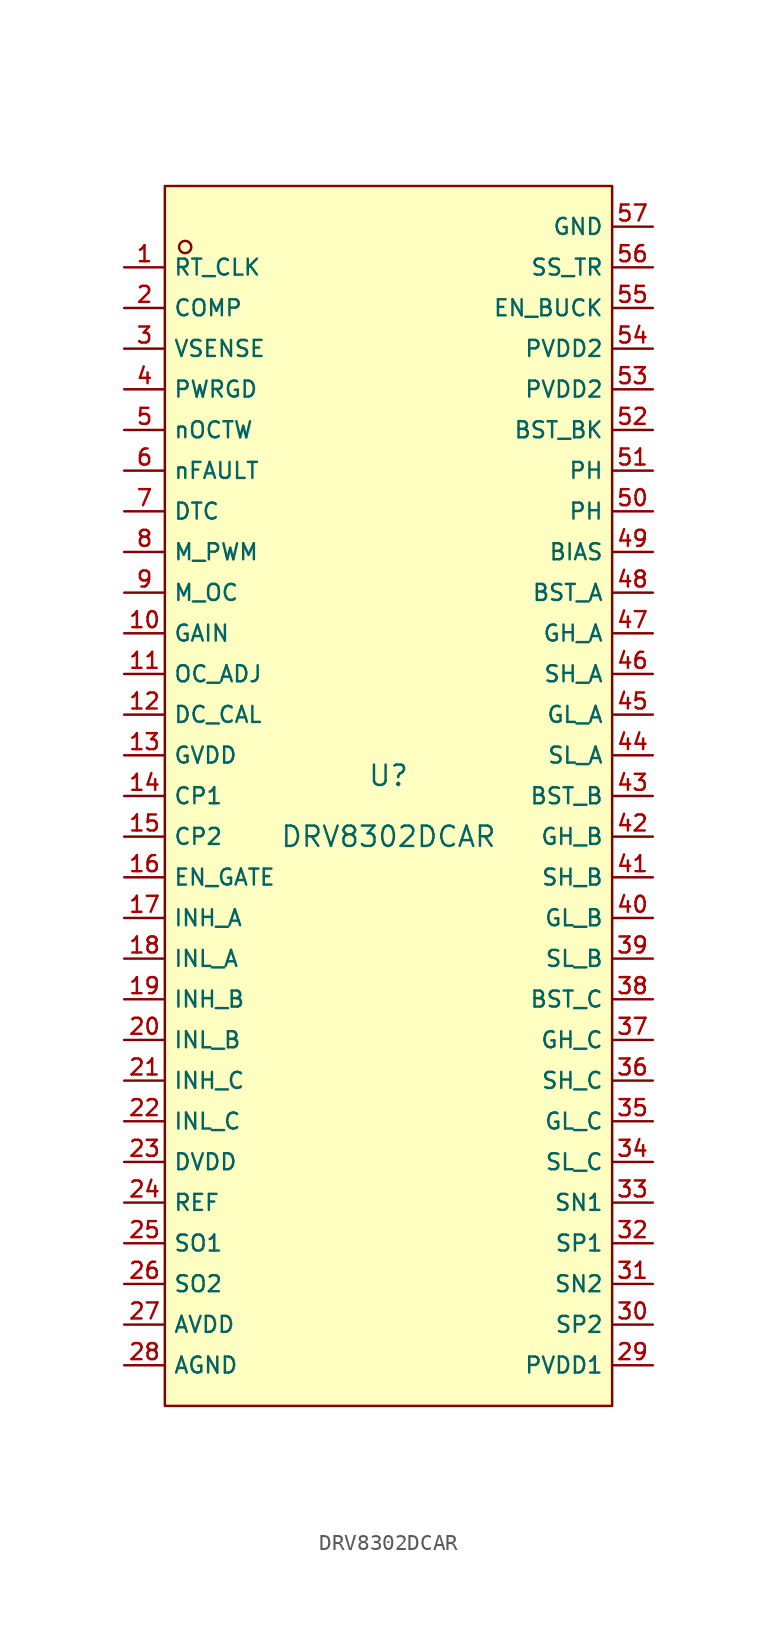
<source format=kicad_sym>
(kicad_symbol_lib
  (version 20210201)
  (generator TousstNicolas/JLC2KiCad_lib)
  (symbol "DRV8302DCAR"
    (property "Reference" "U"
      (at 0 1.27 0)
      (effects (font (size 1.27 1.27))))
    (property "Value" "DRV8302DCAR"
      (at 0 -2.54 0)
      (effects (font (size 1.27 1.27))))
    (symbol "DRV8302DCAR_0_1"
      (rectangle (start -13.97 38.1) (end 13.97 -38.1) (stroke (width 0) (type default) (color 0 0 0 0)) (fill (type background)))
      (circle (center -12.7 34.29) (radius 0.381) (stroke (width 0) (type default) (color 0 0 0 0)) (fill (type background)))
      (pin unspecified line (at -16.51 33.02 0) (length 2.54) (name "RT_CLK" (effects (font (size 1 1)))) (number "1" (effects (font (size 1 1)))))
      (pin unspecified line (at -16.51 30.48 0) (length 2.54) (name "COMP" (effects (font (size 1 1)))) (number "2" (effects (font (size 1 1)))))
      (pin unspecified line (at -16.51 27.94 0) (length 2.54) (name "VSENSE" (effects (font (size 1 1)))) (number "3" (effects (font (size 1 1)))))
      (pin unspecified line (at -16.51 25.4 0) (length 2.54) (name "PWRGD" (effects (font (size 1 1)))) (number "4" (effects (font (size 1 1)))))
      (pin unspecified line (at -16.51 22.86 0) (length 2.54) (name "nOCTW" (effects (font (size 1 1)))) (number "5" (effects (font (size 1 1)))))
      (pin unspecified line (at -16.51 20.32 0) (length 2.54) (name "nFAULT" (effects (font (size 1 1)))) (number "6" (effects (font (size 1 1)))))
      (pin unspecified line (at -16.51 17.78 0) (length 2.54) (name "DTC" (effects (font (size 1 1)))) (number "7" (effects (font (size 1 1)))))
      (pin unspecified line (at -16.51 15.24 0) (length 2.54) (name "M_PWM" (effects (font (size 1 1)))) (number "8" (effects (font (size 1 1)))))
      (pin unspecified line (at -16.51 12.7 0) (length 2.54) (name "M_OC" (effects (font (size 1 1)))) (number "9" (effects (font (size 1 1)))))
      (pin unspecified line (at -16.51 10.16 0) (length 2.54) (name "GAIN" (effects (font (size 1 1)))) (number "10" (effects (font (size 1 1)))))
      (pin unspecified line (at -16.51 7.62 0) (length 2.54) (name "OC_ADJ" (effects (font (size 1 1)))) (number "11" (effects (font (size 1 1)))))
      (pin unspecified line (at -16.51 5.08 0) (length 2.54) (name "DC_CAL" (effects (font (size 1 1)))) (number "12" (effects (font (size 1 1)))))
      (pin unspecified line (at -16.51 2.54 0) (length 2.54) (name "GVDD" (effects (font (size 1 1)))) (number "13" (effects (font (size 1 1)))))
      (pin unspecified line (at -16.51 -0.0 0) (length 2.54) (name "CP1" (effects (font (size 1 1)))) (number "14" (effects (font (size 1 1)))))
      (pin unspecified line (at -16.51 -2.54 0) (length 2.54) (name "CP2" (effects (font (size 1 1)))) (number "15" (effects (font (size 1 1)))))
      (pin unspecified line (at -16.51 -5.08 0) (length 2.54) (name "EN_GATE" (effects (font (size 1 1)))) (number "16" (effects (font (size 1 1)))))
      (pin unspecified line (at -16.51 -7.62 0) (length 2.54) (name "INH_A" (effects (font (size 1 1)))) (number "17" (effects (font (size 1 1)))))
      (pin unspecified line (at -16.51 -10.16 0) (length 2.54) (name "INL_A" (effects (font (size 1 1)))) (number "18" (effects (font (size 1 1)))))
      (pin unspecified line (at -16.51 -12.7 0) (length 2.54) (name "INH_B" (effects (font (size 1 1)))) (number "19" (effects (font (size 1 1)))))
      (pin unspecified line (at -16.51 -15.24 0) (length 2.54) (name "INL_B" (effects (font (size 1 1)))) (number "20" (effects (font (size 1 1)))))
      (pin unspecified line (at -16.51 -17.78 0) (length 2.54) (name "INH_C" (effects (font (size 1 1)))) (number "21" (effects (font (size 1 1)))))
      (pin unspecified line (at -16.51 -20.32 0) (length 2.54) (name "INL_C" (effects (font (size 1 1)))) (number "22" (effects (font (size 1 1)))))
      (pin unspecified line (at -16.51 -22.86 0) (length 2.54) (name "DVDD" (effects (font (size 1 1)))) (number "23" (effects (font (size 1 1)))))
      (pin unspecified line (at -16.51 -25.4 0) (length 2.54) (name "REF" (effects (font (size 1 1)))) (number "24" (effects (font (size 1 1)))))
      (pin unspecified line (at -16.51 -27.94 0) (length 2.54) (name "SO1" (effects (font (size 1 1)))) (number "25" (effects (font (size 1 1)))))
      (pin unspecified line (at -16.51 -30.48 0) (length 2.54) (name "SO2" (effects (font (size 1 1)))) (number "26" (effects (font (size 1 1)))))
      (pin unspecified line (at -16.51 -33.02 0) (length 2.54) (name "AVDD" (effects (font (size 1 1)))) (number "27" (effects (font (size 1 1)))))
      (pin unspecified line (at -16.51 -35.56 0) (length 2.54) (name "AGND" (effects (font (size 1 1)))) (number "28" (effects (font (size 1 1)))))
      (pin unspecified line (at 16.51 -35.56 180) (length 2.54) (name "PVDD1" (effects (font (size 1 1)))) (number "29" (effects (font (size 1 1)))))
      (pin unspecified line (at 16.51 -33.02 180) (length 2.54) (name "SP2" (effects (font (size 1 1)))) (number "30" (effects (font (size 1 1)))))
      (pin unspecified line (at 16.51 -30.48 180) (length 2.54) (name "SN2" (effects (font (size 1 1)))) (number "31" (effects (font (size 1 1)))))
      (pin unspecified line (at 16.51 -27.94 180) (length 2.54) (name "SP1" (effects (font (size 1 1)))) (number "32" (effects (font (size 1 1)))))
      (pin unspecified line (at 16.51 -25.4 180) (length 2.54) (name "SN1" (effects (font (size 1 1)))) (number "33" (effects (font (size 1 1)))))
      (pin unspecified line (at 16.51 -22.86 180) (length 2.54) (name "SL_C" (effects (font (size 1 1)))) (number "34" (effects (font (size 1 1)))))
      (pin unspecified line (at 16.51 -20.32 180) (length 2.54) (name "GL_C" (effects (font (size 1 1)))) (number "35" (effects (font (size 1 1)))))
      (pin unspecified line (at 16.51 -17.78 180) (length 2.54) (name "SH_C" (effects (font (size 1 1)))) (number "36" (effects (font (size 1 1)))))
      (pin unspecified line (at 16.51 -15.24 180) (length 2.54) (name "GH_C" (effects (font (size 1 1)))) (number "37" (effects (font (size 1 1)))))
      (pin unspecified line (at 16.51 -12.7 180) (length 2.54) (name "BST_C" (effects (font (size 1 1)))) (number "38" (effects (font (size 1 1)))))
      (pin unspecified line (at 16.51 -10.16 180) (length 2.54) (name "SL_B" (effects (font (size 1 1)))) (number "39" (effects (font (size 1 1)))))
      (pin unspecified line (at 16.51 -7.62 180) (length 2.54) (name "GL_B" (effects (font (size 1 1)))) (number "40" (effects (font (size 1 1)))))
      (pin unspecified line (at 16.51 -5.08 180) (length 2.54) (name "SH_B" (effects (font (size 1 1)))) (number "41" (effects (font (size 1 1)))))
      (pin unspecified line (at 16.51 -2.54 180) (length 2.54) (name "GH_B" (effects (font (size 1 1)))) (number "42" (effects (font (size 1 1)))))
      (pin unspecified line (at 16.51 -0.0 180) (length 2.54) (name "BST_B" (effects (font (size 1 1)))) (number "43" (effects (font (size 1 1)))))
      (pin unspecified line (at 16.51 2.54 180) (length 2.54) (name "SL_A" (effects (font (size 1 1)))) (number "44" (effects (font (size 1 1)))))
      (pin unspecified line (at 16.51 5.08 180) (length 2.54) (name "GL_A" (effects (font (size 1 1)))) (number "45" (effects (font (size 1 1)))))
      (pin unspecified line (at 16.51 7.62 180) (length 2.54) (name "SH_A" (effects (font (size 1 1)))) (number "46" (effects (font (size 1 1)))))
      (pin unspecified line (at 16.51 10.16 180) (length 2.54) (name "GH_A" (effects (font (size 1 1)))) (number "47" (effects (font (size 1 1)))))
      (pin unspecified line (at 16.51 12.7 180) (length 2.54) (name "BST_A" (effects (font (size 1 1)))) (number "48" (effects (font (size 1 1)))))
      (pin unspecified line (at 16.51 15.24 180) (length 2.54) (name "BIAS" (effects (font (size 1 1)))) (number "49" (effects (font (size 1 1)))))
      (pin unspecified line (at 16.51 17.78 180) (length 2.54) (name "PH" (effects (font (size 1 1)))) (number "50" (effects (font (size 1 1)))))
      (pin unspecified line (at 16.51 20.32 180) (length 2.54) (name "PH" (effects (font (size 1 1)))) (number "51" (effects (font (size 1 1)))))
      (pin unspecified line (at 16.51 22.86 180) (length 2.54) (name "BST_BK" (effects (font (size 1 1)))) (number "52" (effects (font (size 1 1)))))
      (pin unspecified line (at 16.51 25.4 180) (length 2.54) (name "PVDD2" (effects (font (size 1 1)))) (number "53" (effects (font (size 1 1)))))
      (pin unspecified line (at 16.51 27.94 180) (length 2.54) (name "PVDD2" (effects (font (size 1 1)))) (number "54" (effects (font (size 1 1)))))
      (pin unspecified line (at 16.51 30.48 180) (length 2.54) (name "EN_BUCK" (effects (font (size 1 1)))) (number "55" (effects (font (size 1 1)))))
      (pin unspecified line (at 16.51 33.02 180) (length 2.54) (name "SS_TR" (effects (font (size 1 1)))) (number "56" (effects (font (size 1 1)))))
      (pin unspecified line (at 16.51 35.56 180) (length 2.54) (name "GND" (effects (font (size 1 1)))) (number "57" (effects (font (size 1 1))))))))
</source>
